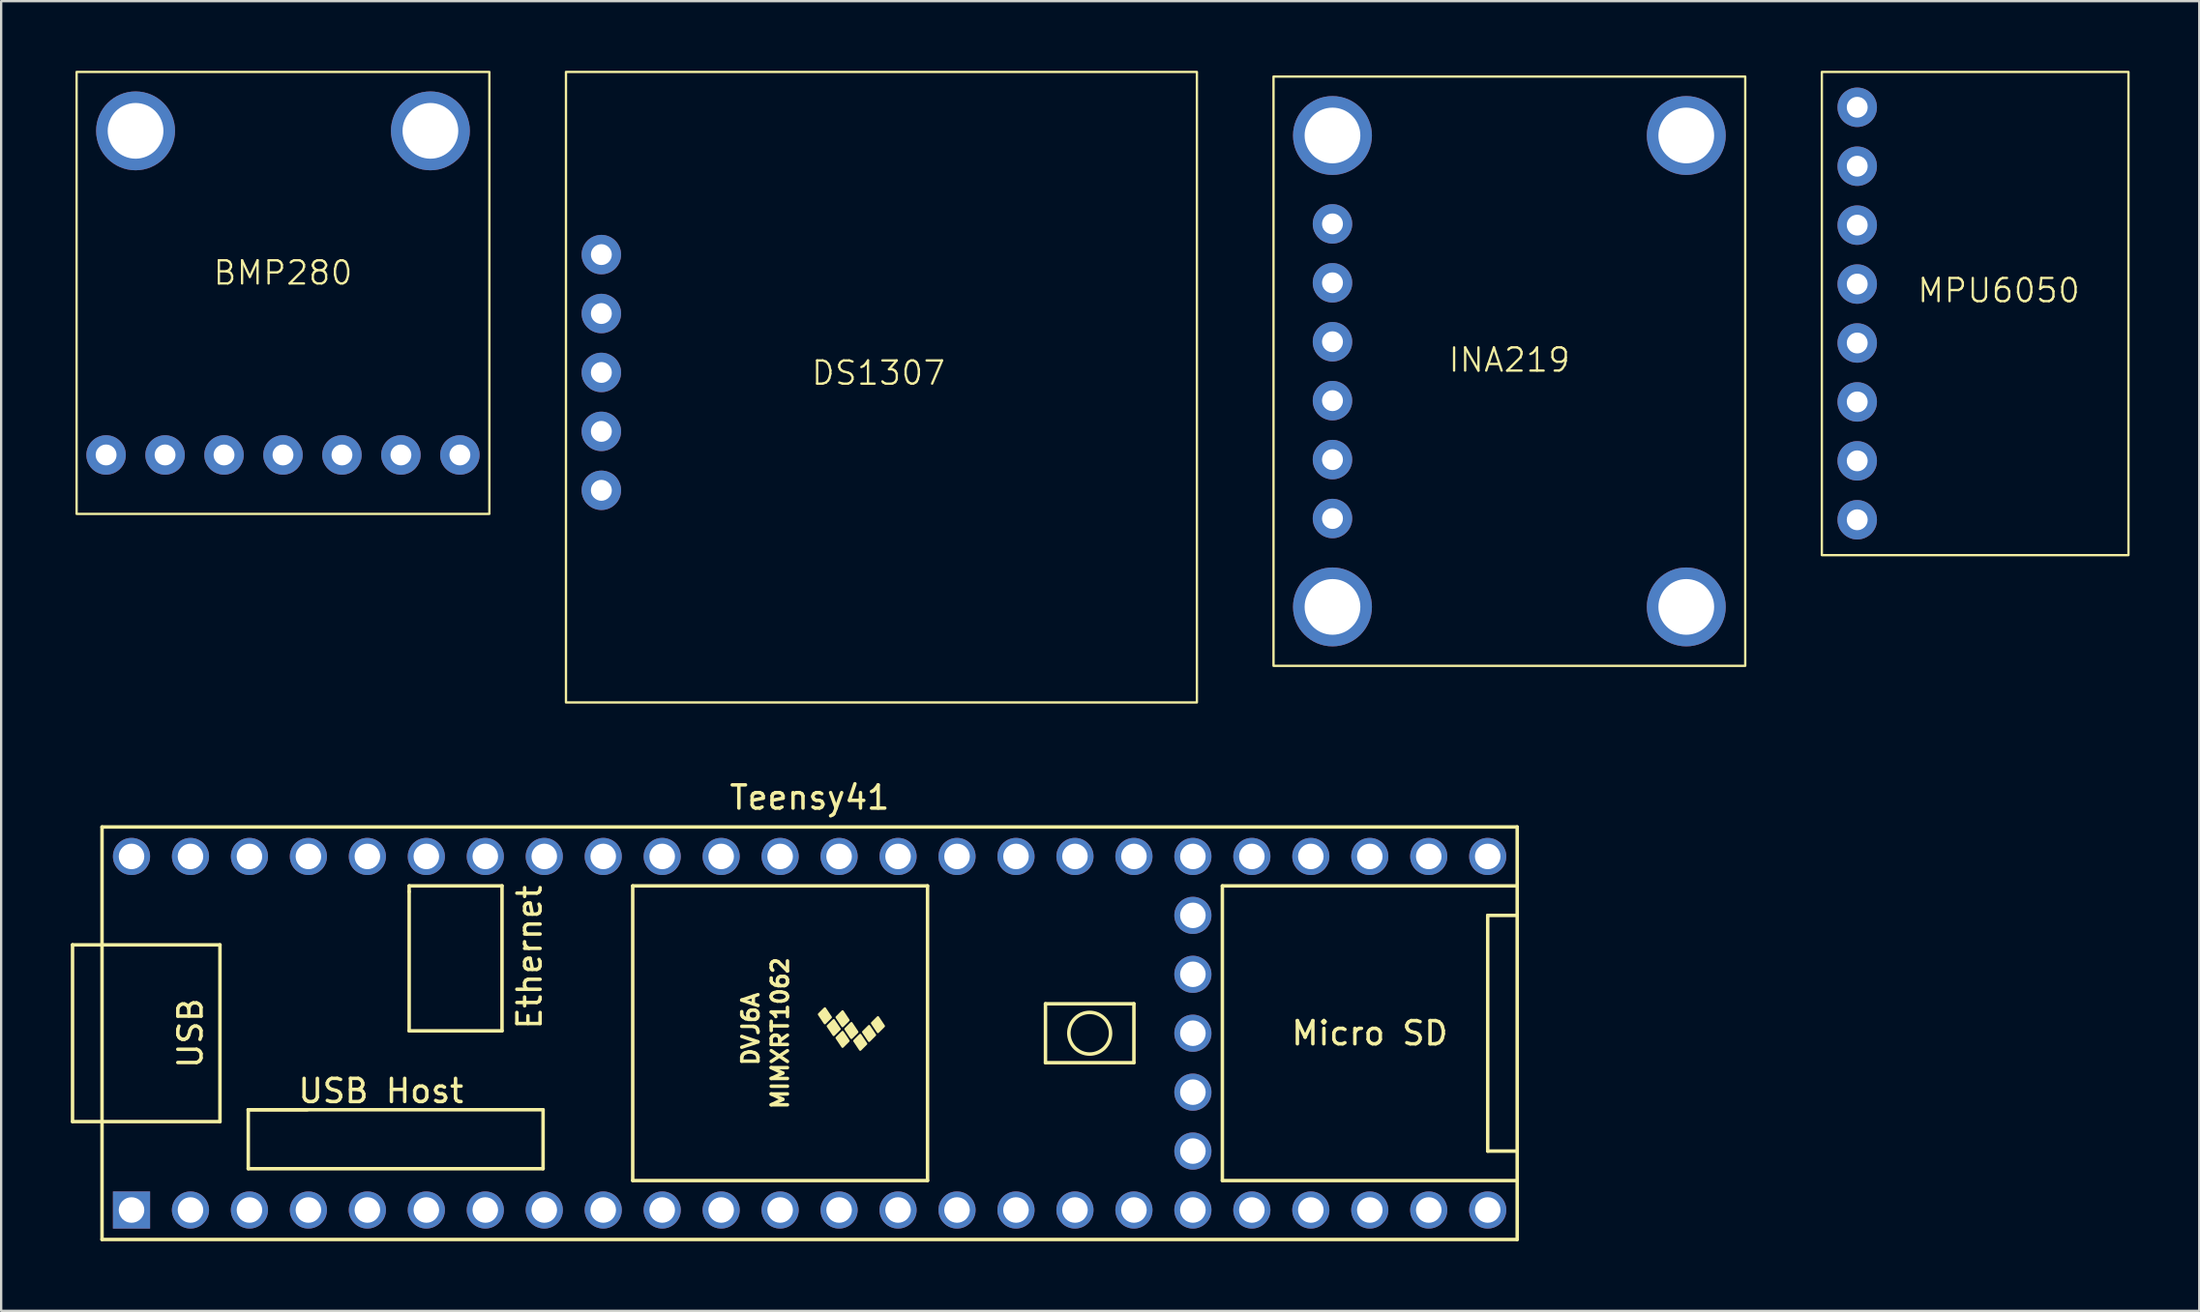
<source format=kicad_pcb>
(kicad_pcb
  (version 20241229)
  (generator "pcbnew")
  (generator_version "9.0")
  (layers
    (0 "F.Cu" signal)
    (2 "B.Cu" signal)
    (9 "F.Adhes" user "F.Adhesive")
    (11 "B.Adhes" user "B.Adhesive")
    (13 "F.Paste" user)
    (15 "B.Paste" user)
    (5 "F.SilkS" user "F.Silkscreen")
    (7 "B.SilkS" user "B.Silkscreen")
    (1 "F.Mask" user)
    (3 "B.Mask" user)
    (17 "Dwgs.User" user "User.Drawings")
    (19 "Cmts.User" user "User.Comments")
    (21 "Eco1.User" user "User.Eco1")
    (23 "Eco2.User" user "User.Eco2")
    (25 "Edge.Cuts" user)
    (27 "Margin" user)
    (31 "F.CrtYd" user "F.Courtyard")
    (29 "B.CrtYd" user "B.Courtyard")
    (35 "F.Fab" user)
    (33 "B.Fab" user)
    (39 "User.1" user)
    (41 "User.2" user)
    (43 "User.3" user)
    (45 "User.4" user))
  (footprint "Teensy41"
    (layer "F.Cu")
    (at 31.825 41.486)
    (property "Reference" "Teensy41" (at 0 -10.16 0) (layer "F.SilkS") (effects (font (size 1 1) (thickness 0.15))))
    (attr through_hole)
    (fp_line (start -31.75 -3.81) (end -30.48 -3.81) (stroke (width 0.15) (type solid)) (layer "F.SilkS"))
    (fp_line (start -31.75 3.81) (end -31.75 -3.81) (stroke (width 0.15) (type solid)) (layer "F.SilkS"))
    (fp_line (start -30.48 -8.89) (end 30.48 -8.89) (stroke (width 0.15) (type solid)) (layer "F.SilkS"))
    (fp_line (start -30.48 3.81) (end -31.75 3.81) (stroke (width 0.15) (type solid)) (layer "F.SilkS"))
    (fp_line (start -30.48 8.89) (end -30.48 -8.89) (stroke (width 0.15) (type solid)) (layer "F.SilkS"))
    (fp_line (start -25.4 -3.81) (end -30.48 -3.81) (stroke (width 0.15) (type solid)) (layer "F.SilkS"))
    (fp_line (start -25.4 3.81) (end -30.48 3.81) (stroke (width 0.15) (type solid)) (layer "F.SilkS"))
    (fp_line (start -25.4 3.81) (end -25.4 -3.81) (stroke (width 0.15) (type solid)) (layer "F.SilkS"))
    (fp_line (start -24.181 3.299) (end -21.641 3.299) (stroke (width 0.15) (type solid)) (layer "F.SilkS"))
    (fp_line (start -24.181 3.299) (end -11.481 3.299) (stroke (width 0.15) (type solid)) (layer "F.SilkS"))
    (fp_line (start -24.181 5.839) (end -24.181 3.299) (stroke (width 0.15) (type solid)) (layer "F.SilkS"))
    (fp_line (start -17.25 -6.352) (end -17.25 -6.102) (stroke (width 0.15) (type solid)) (layer "F.SilkS"))
    (fp_line (start -17.25 -6.102) (end -17.25 -0.102) (stroke (width 0.15) (type solid)) (layer "F.SilkS"))
    (fp_line (start -17.25 -0.102) (end -13.25 -0.102) (stroke (width 0.15) (type solid)) (layer "F.SilkS"))
    (fp_line (start -13.25 -6.352) (end -17.25 -6.352) (stroke (width 0.15) (type solid)) (layer "F.SilkS"))
    (fp_line (start -13.25 -0.102) (end -13.25 -6.352) (stroke (width 0.15) (type solid)) (layer "F.SilkS"))
    (fp_line (start -11.481 3.299) (end -11.481 5.839) (stroke (width 0.15) (type solid)) (layer "F.SilkS"))
    (fp_line (start -11.481 5.839) (end -24.181 5.839) (stroke (width 0.15) (type solid)) (layer "F.SilkS"))
    (fp_line (start -7.62 -6.35) (end -7.62 6.35) (stroke (width 0.15) (type solid)) (layer "F.SilkS"))
    (fp_line (start -7.62 6.35) (end 5.08 6.35) (stroke (width 0.15) (type solid)) (layer "F.SilkS"))
    (fp_line (start 5.08 -6.35) (end -7.62 -6.35) (stroke (width 0.15) (type solid)) (layer "F.SilkS"))
    (fp_line (start 5.08 6.35) (end 5.08 -6.35) (stroke (width 0.15) (type solid)) (layer "F.SilkS"))
    (fp_line (start 10.16 -1.27) (end 13.97 -1.27) (stroke (width 0.15) (type solid)) (layer "F.SilkS"))
    (fp_line (start 10.16 1.27) (end 10.16 -1.27) (stroke (width 0.15) (type solid)) (layer "F.SilkS"))
    (fp_line (start 13.97 -1.27) (end 13.97 1.27) (stroke (width 0.15) (type solid)) (layer "F.SilkS"))
    (fp_line (start 13.97 1.27) (end 10.16 1.27) (stroke (width 0.15) (type solid)) (layer "F.SilkS"))
    (fp_line (start 17.78 -6.35) (end 17.78 6.35) (stroke (width 0.15) (type solid)) (layer "F.SilkS"))
    (fp_line (start 17.78 6.35) (end 30.48 6.35) (stroke (width 0.15) (type solid)) (layer "F.SilkS"))
    (fp_line (start 29.21 -5.08) (end 29.21 5.08) (stroke (width 0.15) (type solid)) (layer "F.SilkS"))
    (fp_line (start 29.21 5.08) (end 30.48 5.08) (stroke (width 0.15) (type solid)) (layer "F.SilkS"))
    (fp_line (start 30.48 -8.89) (end 30.48 8.89) (stroke (width 0.15) (type solid)) (layer "F.SilkS"))
    (fp_line (start 30.48 -6.35) (end 17.78 -6.35) (stroke (width 0.15) (type solid)) (layer "F.SilkS"))
    (fp_line (start 30.48 -5.08) (end 29.21 -5.08) (stroke (width 0.15) (type solid)) (layer "F.SilkS"))
    (fp_line (start 30.48 8.89) (end -30.48 8.89) (stroke (width 0.15) (type solid)) (layer "F.SilkS"))
    (fp_circle (center 12.065 0) (end 12.7 -0.635) (stroke (width 0.15) (type solid)) (fill no) (layer "F.SilkS"))
    (fp_poly (pts (xy 0.911 -0.688) (xy 0.657 -0.434) (xy 0.403 -0.815) (xy 0.657 -1.069)) (stroke (width 0.1) (type solid)) (fill yes) (layer "F.SilkS"))
    (fp_poly (pts (xy 1.292 -0.18) (xy 1.038 0.074) (xy 0.784 -0.307) (xy 1.038 -0.561)) (stroke (width 0.1) (type solid)) (fill yes) (layer "F.SilkS"))
    (fp_poly (pts (xy 1.673 -0.561) (xy 1.419 -0.307) (xy 1.165 -0.688) (xy 1.419 -0.942)) (stroke (width 0.1) (type solid)) (fill yes) (layer "F.SilkS"))
    (fp_poly (pts (xy 1.673 0.328) (xy 1.419 0.582) (xy 1.165 0.201) (xy 1.419 -0.053)) (stroke (width 0.1) (type solid)) (fill yes) (layer "F.SilkS"))
    (fp_poly (pts (xy 2.054 -0.053) (xy 1.8 0.201) (xy 1.546 -0.18) (xy 1.8 -0.434)) (stroke (width 0.1) (type solid)) (fill yes) (layer "F.SilkS"))
    (fp_poly (pts (xy 2.435 0.455) (xy 2.181 0.709) (xy 1.927 0.328) (xy 2.181 0.074)) (stroke (width 0.1) (type solid)) (fill yes) (layer "F.SilkS"))
    (fp_poly (pts (xy 2.816 0.074) (xy 2.562 0.328) (xy 2.308 -0.053) (xy 2.562 -0.307)) (stroke (width 0.1) (type solid)) (fill yes) (layer "F.SilkS"))
    (fp_poly (pts (xy 3.197 -0.307) (xy 2.943 -0.053) (xy 2.689 -0.434) (xy 2.943 -0.688)) (stroke (width 0.1) (type solid)) (fill yes) (layer "F.SilkS"))
    (fp_text user "USB Host" (at -18.466 2.489 0) (layer "F.SilkS") (effects (font (size 1 1) (thickness 0.15))))
    (fp_text user "USB" (at -26.67 0 270) (layer "F.SilkS") (effects (font (size 1 1) (thickness 0.15))))
    (fp_text user "MIMXRT1062" (at -1.27 0 270) (layer "F.SilkS") (effects (font (size 0.7 0.7) (thickness 0.15))))
    (fp_text user "DVJ6A" (at -2.54 -0.18 270) (layer "F.SilkS") (effects (font (size 0.7 0.7) (thickness 0.15))))
    (fp_text user "Ethernet" (at -12.065 -3.277 90) (layer "F.SilkS") (effects (font (size 1 1) (thickness 0.15))))
    (fp_text user "Micro SD" (at 24.13 0 0) (layer "F.SilkS") (effects (font (size 1 1) (thickness 0.15))))
    (pad "1" thru_hole rect (at -29.21 7.62) (size 1.6 1.6) (drill 1.1) (layers "*.Cu" "*.Mask"))
    (pad "2" thru_hole circle (at -26.67 7.62) (size 1.6 1.6) (drill 1.1) (layers "*.Cu" "*.Mask"))
    (pad "3" thru_hole circle (at -24.13 7.62) (size 1.6 1.6) (drill 1.1) (layers "*.Cu" "*.Mask"))
    (pad "4" thru_hole circle (at -21.59 7.62) (size 1.6 1.6) (drill 1.1) (layers "*.Cu" "*.Mask"))
    (pad "5" thru_hole circle (at -19.05 7.62) (size 1.6 1.6) (drill 1.1) (layers "*.Cu" "*.Mask"))
    (pad "6" thru_hole circle (at -16.51 7.62) (size 1.6 1.6) (drill 1.1) (layers "*.Cu" "*.Mask"))
    (pad "7" thru_hole circle (at -13.97 7.62) (size 1.6 1.6) (drill 1.1) (layers "*.Cu" "*.Mask"))
    (pad "8" thru_hole circle (at -11.43 7.62) (size 1.6 1.6) (drill 1.1) (layers "*.Cu" "*.Mask"))
    (pad "9" thru_hole circle (at -8.89 7.62) (size 1.6 1.6) (drill 1.1) (layers "*.Cu" "*.Mask"))
    (pad "10" thru_hole circle (at -6.35 7.62) (size 1.6 1.6) (drill 1.1) (layers "*.Cu" "*.Mask"))
    (pad "11" thru_hole circle (at -3.81 7.62) (size 1.6 1.6) (drill 1.1) (layers "*.Cu" "*.Mask"))
    (pad "12" thru_hole circle (at -1.27 7.62) (size 1.6 1.6) (drill 1.1) (layers "*.Cu" "*.Mask"))
    (pad "13" thru_hole circle (at 1.27 7.62) (size 1.6 1.6) (drill 1.1) (layers "*.Cu" "*.Mask"))
    (pad "14" thru_hole circle (at 3.81 7.62) (size 1.6 1.6) (drill 1.1) (layers "*.Cu" "*.Mask"))
    (pad "15" thru_hole circle (at 6.35 7.62) (size 1.6 1.6) (drill 1.1) (layers "*.Cu" "*.Mask"))
    (pad "16" thru_hole circle (at 8.89 7.62) (size 1.6 1.6) (drill 1.1) (layers "*.Cu" "*.Mask"))
    (pad "17" thru_hole circle (at 11.43 7.62) (size 1.6 1.6) (drill 1.1) (layers "*.Cu" "*.Mask"))
    (pad "18" thru_hole circle (at 13.97 7.62) (size 1.6 1.6) (drill 1.1) (layers "*.Cu" "*.Mask"))
    (pad "19" thru_hole circle (at 16.51 7.62) (size 1.6 1.6) (drill 1.1) (layers "*.Cu" "*.Mask"))
    (pad "20" thru_hole circle (at 19.05 7.62) (size 1.6 1.6) (drill 1.1) (layers "*.Cu" "*.Mask"))
    (pad "21" thru_hole circle (at 21.59 7.62) (size 1.6 1.6) (drill 1.1) (layers "*.Cu" "*.Mask"))
    (pad "22" thru_hole circle (at 24.13 7.62) (size 1.6 1.6) (drill 1.1) (layers "*.Cu" "*.Mask"))
    (pad "23" thru_hole circle (at 26.67 7.62) (size 1.6 1.6) (drill 1.1) (layers "*.Cu" "*.Mask"))
    (pad "24" thru_hole circle (at 29.21 7.62) (size 1.6 1.6) (drill 1.1) (layers "*.Cu" "*.Mask"))
    (pad "25" thru_hole circle (at 29.21 -7.62) (size 1.6 1.6) (drill 1.1) (layers "*.Cu" "*.Mask"))
    (pad "26" thru_hole circle (at 26.67 -7.62) (size 1.6 1.6) (drill 1.1) (layers "*.Cu" "*.Mask"))
    (pad "27" thru_hole circle (at 24.13 -7.62) (size 1.6 1.6) (drill 1.1) (layers "*.Cu" "*.Mask"))
    (pad "28" thru_hole circle (at 21.59 -7.62) (size 1.6 1.6) (drill 1.1) (layers "*.Cu" "*.Mask"))
    (pad "29" thru_hole circle (at 19.05 -7.62) (size 1.6 1.6) (drill 1.1) (layers "*.Cu" "*.Mask"))
    (pad "30" thru_hole circle (at 16.51 -7.62) (size 1.6 1.6) (drill 1.1) (layers "*.Cu" "*.Mask"))
    (pad "31" thru_hole circle (at 13.97 -7.62) (size 1.6 1.6) (drill 1.1) (layers "*.Cu" "*.Mask"))
    (pad "32" thru_hole circle (at 11.43 -7.62) (size 1.6 1.6) (drill 1.1) (layers "*.Cu" "*.Mask"))
    (pad "33" thru_hole circle (at 8.89 -7.62) (size 1.6 1.6) (drill 1.1) (layers "*.Cu" "*.Mask"))
    (pad "34" thru_hole circle (at 6.35 -7.62) (size 1.6 1.6) (drill 1.1) (layers "*.Cu" "*.Mask"))
    (pad "35" thru_hole circle (at 3.81 -7.62) (size 1.6 1.6) (drill 1.1) (layers "*.Cu" "*.Mask"))
    (pad "36" thru_hole circle (at 1.27 -7.62) (size 1.6 1.6) (drill 1.1) (layers "*.Cu" "*.Mask"))
    (pad "37" thru_hole circle (at -1.27 -7.62) (size 1.6 1.6) (drill 1.1) (layers "*.Cu" "*.Mask"))
    (pad "38" thru_hole circle (at -3.81 -7.62) (size 1.6 1.6) (drill 1.1) (layers "*.Cu" "*.Mask"))
    (pad "39" thru_hole circle (at -6.35 -7.62) (size 1.6 1.6) (drill 1.1) (layers "*.Cu" "*.Mask"))
    (pad "40" thru_hole circle (at -8.89 -7.62) (size 1.6 1.6) (drill 1.1) (layers "*.Cu" "*.Mask"))
    (pad "41" thru_hole circle (at -11.43 -7.62) (size 1.6 1.6) (drill 1.1) (layers "*.Cu" "*.Mask"))
    (pad "42" thru_hole circle (at -13.97 -7.62) (size 1.6 1.6) (drill 1.1) (layers "*.Cu" "*.Mask"))
    (pad "43" thru_hole circle (at -16.51 -7.62) (size 1.6 1.6) (drill 1.1) (layers "*.Cu" "*.Mask"))
    (pad "44" thru_hole circle (at -19.05 -7.62) (size 1.6 1.6) (drill 1.1) (layers "*.Cu" "*.Mask"))
    (pad "45" thru_hole circle (at -21.59 -7.62) (size 1.6 1.6) (drill 1.1) (layers "*.Cu" "*.Mask"))
    (pad "46" thru_hole circle (at -24.13 -7.62) (size 1.6 1.6) (drill 1.1) (layers "*.Cu" "*.Mask"))
    (pad "47" thru_hole circle (at -26.67 -7.62) (size 1.6 1.6) (drill 1.1) (layers "*.Cu" "*.Mask"))
    (pad "48" thru_hole circle (at -29.21 -7.62) (size 1.6 1.6) (drill 1.1) (layers "*.Cu" "*.Mask"))
    (pad "50" thru_hole circle (at 16.51 5.08) (size 1.6 1.6) (drill 1.1) (layers "*.Cu" "*.Mask"))
    (pad "51" thru_hole circle (at 16.51 2.54) (size 1.6 1.6) (drill 1.1) (layers "*.Cu" "*.Mask"))
    (pad "52" thru_hole circle (at 16.51 0) (size 1.6 1.6) (drill 1.1) (layers "*.Cu" "*.Mask"))
    (pad "53" thru_hole circle (at 16.51 -2.54) (size 1.6 1.6) (drill 1.1) (layers "*.Cu" "*.Mask"))
    (pad "54" thru_hole circle (at 16.51 -5.08) (size 1.6 1.6) (drill 1.1) (layers "*.Cu" "*.Mask")))
  (footprint "INA219"
    (layer "F.Cu")
    (at 51.808 0.25)
    (property "Reference" "INA219" (at 10.16 12.216 0) (unlocked yes) (layer "F.SilkS") (effects (font (size 1 1) (thickness 0.1))))
    (attr through_hole)
    (fp_rect (start 0 0) (end 20.32 25.4) (stroke (width 0.1) (type default)) (fill no) (layer "F.SilkS"))
    (pad "1" thru_hole circle (at 2.54 6.35) (size 1.7 1.7) (drill 0.9) (layers "*.Cu" "*.Mask"))
    (pad "2" thru_hole circle (at 2.54 8.89) (size 1.7 1.7) (drill 0.9) (layers "*.Cu" "*.Mask"))
    (pad "3" thru_hole circle (at 2.54 11.43) (size 1.7 1.7) (drill 0.9) (layers "*.Cu" "*.Mask"))
    (pad "4" thru_hole circle (at 2.54 13.97) (size 1.7 1.7) (drill 0.9) (layers "*.Cu" "*.Mask"))
    (pad "5" thru_hole circle (at 2.54 16.51) (size 1.7 1.7) (drill 0.9) (layers "*.Cu" "*.Mask"))
    (pad "6" thru_hole circle (at 2.54 19.05) (size 1.7 1.7) (drill 0.9) (layers "*.Cu" "*.Mask"))
    (pad "7" thru_hole circle (at 2.54 22.86) (size 3.4 3.4) (drill 2.4) (layers "*.Cu" "*.Mask"))
    (pad "8" thru_hole circle (at 2.54 2.54) (size 3.4 3.4) (drill 2.4) (layers "*.Cu" "*.Mask"))
    (pad "9" thru_hole circle (at 17.78 2.54) (size 3.4 3.4) (drill 2.4) (layers "*.Cu" "*.Mask"))
    (pad "10" thru_hole circle (at 17.78 22.86) (size 3.4 3.4) (drill 2.4) (layers "*.Cu" "*.Mask")))
  (footprint "DS1307"
    (layer "F.Cu")
    (at 21.33 27.228)
    (property "Reference" "DS1307" (at 13.462 -14.2 0) (unlocked yes) (layer "F.SilkS") (effects (font (size 1 1) (thickness 0.1))))
    (attr through_hole)
    (fp_rect (start 0 -27.178) (end 27.178 0) (stroke (width 0.1) (type default)) (fill no) (layer "F.SilkS"))
    (pad "1" thru_hole circle (at 1.524 -19.304) (size 1.7 1.7) (drill 0.9) (layers "*.Cu" "*.Mask"))
    (pad "2" thru_hole circle (at 1.524 -16.764) (size 1.7 1.7) (drill 0.9) (layers "*.Cu" "*.Mask"))
    (pad "3" thru_hole circle (at 1.524 -14.224) (size 1.7 1.7) (drill 0.9) (layers "*.Cu" "*.Mask"))
    (pad "4" thru_hole circle (at 1.524 -11.684) (size 1.7 1.7) (drill 0.9) (layers "*.Cu" "*.Mask"))
    (pad "5" thru_hole circle (at 1.524 -9.144) (size 1.7 1.7) (drill 0.9) (layers "*.Cu" "*.Mask")))
  (footprint "BMP280"
    (layer "F.Cu")
    (at 0.25 19.1)
    (property "Reference" "BMP280" (at 8.89 -10.39 0) (unlocked yes) (layer "F.SilkS") (effects (font (size 1 1) (thickness 0.1))))
    (attr through_hole)
    (fp_rect (start 0 -19.05) (end 17.78 0) (stroke (width 0.1) (type default)) (fill no) (layer "F.SilkS"))
    (pad "1" thru_hole circle (at 1.27 -2.54) (size 1.7 1.7) (drill 0.9) (layers "*.Cu" "*.Mask"))
    (pad "2" thru_hole circle (at 3.81 -2.54) (size 1.7 1.7) (drill 0.9) (layers "*.Cu" "*.Mask"))
    (pad "3" thru_hole circle (at 6.35 -2.54) (size 1.7 1.7) (drill 0.9) (layers "*.Cu" "*.Mask"))
    (pad "4" thru_hole circle (at 8.89 -2.54) (size 1.7 1.7) (drill 0.9) (layers "*.Cu" "*.Mask"))
    (pad "5" thru_hole circle (at 11.43 -2.54) (size 1.7 1.7) (drill 0.9) (layers "*.Cu" "*.Mask"))
    (pad "6" thru_hole circle (at 13.97 -2.54) (size 1.7 1.7) (drill 0.9) (layers "*.Cu" "*.Mask"))
    (pad "7" thru_hole circle (at 16.51 -2.54) (size 1.7 1.7) (drill 0.9) (layers "*.Cu" "*.Mask"))
    (pad "8" thru_hole circle (at 2.54 -16.51) (size 3.4 3.4) (drill 2.4) (layers "*.Cu" "*.Mask"))
    (pad "9" thru_hole circle (at 15.24 -16.51) (size 3.4 3.4) (drill 2.4) (layers "*.Cu" "*.Mask")))
  (footprint "MPU6050"
    (layer "F.Cu")
    (at 75.428 20.878)
    (property "Reference" "MPU6050" (at 7.62 -11.406 0) (unlocked yes) (layer "F.SilkS") (effects (font (size 1 1) (thickness 0.1))))
    (attr through_hole)
    (fp_rect (start 0 -20.828) (end 13.208 0) (stroke (width 0.1) (type default)) (fill no) (layer "F.SilkS"))
    (pad "1" thru_hole circle (at 1.524 -19.304) (size 1.7 1.7) (drill 0.9) (layers "*.Cu" "*.Mask"))
    (pad "2" thru_hole circle (at 1.524 -16.764) (size 1.7 1.7) (drill 0.9) (layers "*.Cu" "*.Mask"))
    (pad "3" thru_hole circle (at 1.524 -14.224) (size 1.7 1.7) (drill 0.9) (layers "*.Cu" "*.Mask"))
    (pad "4" thru_hole circle (at 1.524 -11.684) (size 1.7 1.7) (drill 0.9) (layers "*.Cu" "*.Mask"))
    (pad "5" thru_hole circle (at 1.524 -9.144) (size 1.7 1.7) (drill 0.9) (layers "*.Cu" "*.Mask"))
    (pad "6" thru_hole circle (at 1.524 -6.604) (size 1.7 1.7) (drill 0.9) (layers "*.Cu" "*.Mask"))
    (pad "7" thru_hole circle (at 1.524 -4.064) (size 1.7 1.7) (drill 0.9) (layers "*.Cu" "*.Mask"))
    (pad "8" thru_hole circle (at 1.524 -1.524) (size 1.7 1.7) (drill 0.9) (layers "*.Cu" "*.Mask")))
  (gr_rect
    (start -3 -3)
    (end 91.686 53.451)
    (stroke (width 0.1) (type default))
    (fill no)
    (layer "Edge.Cuts")))
</source>
